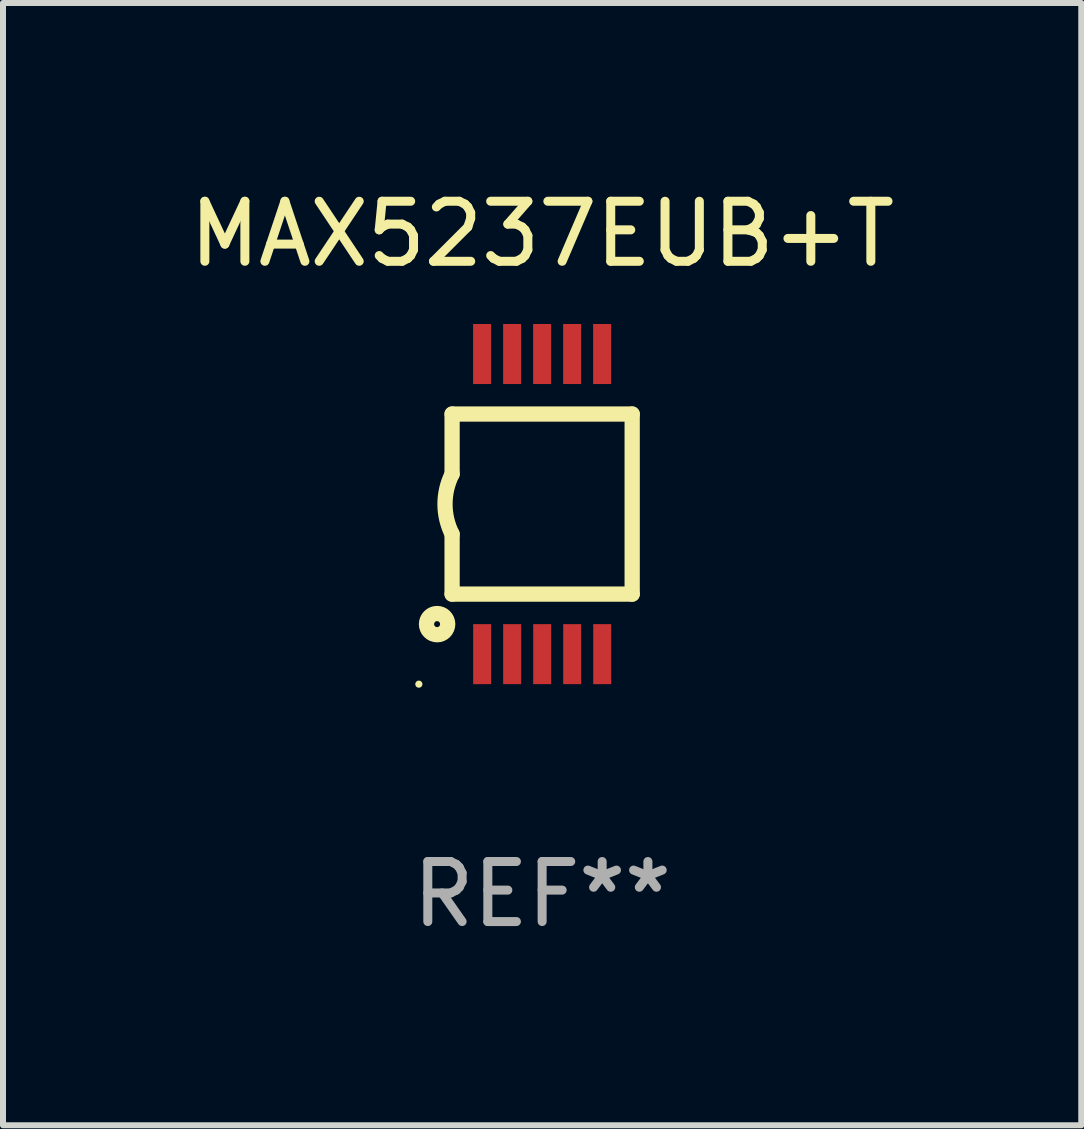
<source format=kicad_pcb>
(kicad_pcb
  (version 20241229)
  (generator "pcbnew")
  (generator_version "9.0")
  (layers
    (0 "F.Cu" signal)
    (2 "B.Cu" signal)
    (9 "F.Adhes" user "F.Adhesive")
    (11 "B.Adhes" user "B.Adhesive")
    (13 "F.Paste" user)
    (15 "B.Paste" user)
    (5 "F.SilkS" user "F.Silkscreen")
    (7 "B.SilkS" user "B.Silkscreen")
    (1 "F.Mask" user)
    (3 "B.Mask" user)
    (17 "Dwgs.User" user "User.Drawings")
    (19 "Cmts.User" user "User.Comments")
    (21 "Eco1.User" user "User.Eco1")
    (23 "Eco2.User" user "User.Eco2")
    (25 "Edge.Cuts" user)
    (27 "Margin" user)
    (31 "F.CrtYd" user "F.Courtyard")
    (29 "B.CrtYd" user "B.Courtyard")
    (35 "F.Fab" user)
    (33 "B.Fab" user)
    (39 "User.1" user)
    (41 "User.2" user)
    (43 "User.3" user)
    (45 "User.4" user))
  (footprint "MAX5237EUB+T"
    (layer "F.Cu")
    (at 5.982 5.348)
    (property "Reference" "MAX5237EUB+T" (at 0 -4.5 0) (layer "F.SilkS") (effects (font (size 1 1) (thickness 0.15))))
    (attr through_hole)
    (fp_line (start -1.5 -1.5) (end -1.5 -0.5) (stroke (width 0.254) (type solid)) (layer "F.SilkS"))
    (fp_line (start -1.5 1.5) (end -1.5 0.5) (stroke (width 0.254) (type solid)) (layer "F.SilkS"))
    (fp_line (start -1.5 1.5) (end 1.5 1.5) (stroke (width 0.254) (type solid)) (layer "F.SilkS"))
    (fp_line (start 1.5 1.5) (end 1.5 -1.5) (stroke (width 0.254) (type solid)) (layer "F.SilkS"))
    (fp_line (start 1.5 -1.5) (end -1.5 -1.5) (stroke (width 0.254) (type solid)) (layer "F.SilkS"))
    (fp_arc (start -1.500165 0.499873) (mid -1.618199 -0.000127) (end -1.500165 -0.500127) (stroke (width 0.254001) (type solid)) (layer "F.SilkS"))
    (fp_circle (center -2.054 3) (end -2.024 3) (stroke (width 0.06) (type solid)) (fill no) (layer "F.SilkS"))
    (fp_circle (center -1.75 2) (end -1.573 2) (stroke (width 0.254) (type solid)) (fill no) (layer "F.SilkS"))
    (fp_text user "REF**" (at 0 6.5 0) (layer "F.Fab") (effects (font (size 1 1) (thickness 0.15))))
    (pad "1" smd rect (at -0.999 2.5 180) (size 0.3 1) (layers "F.Cu" "F.Mask" "F.Paste"))
    (pad "2" smd rect (at -0.499 2.5 180) (size 0.3 1) (layers "F.Cu" "F.Mask" "F.Paste"))
    (pad "3" smd rect (at 0.001 2.5 180) (size 0.3 1) (layers "F.Cu" "F.Mask" "F.Paste"))
    (pad "4" smd rect (at 0.501 2.5 180) (size 0.3 1) (layers "F.Cu" "F.Mask" "F.Paste"))
    (pad "5" smd rect (at 1.001 2.5 180) (size 0.3 1) (layers "F.Cu" "F.Mask" "F.Paste"))
    (pad "6" smd rect (at 1 -2.5 180) (size 0.3 1) (layers "F.Cu" "F.Mask" "F.Paste"))
    (pad "7" smd rect (at 0.5 -2.5 180) (size 0.3 1) (layers "F.Cu" "F.Mask" "F.Paste"))
    (pad "8" smd rect (at -0.000165 -2.5 180) (size 0.3 1) (layers "F.Cu" "F.Mask" "F.Paste"))
    (pad "9" smd rect (at -0.5 -2.5 180) (size 0.3 1) (layers "F.Cu" "F.Mask" "F.Paste"))
    (pad "10" smd rect (at -1 -2.5 180) (size 0.3 1) (layers "F.Cu" "F.Mask" "F.Paste")))
  (gr_rect
    (start -3 -3)
    (end 14.964 15.697)
    (stroke (width 0.1) (type default))
    (fill no)
    (layer "Edge.Cuts")))
</source>
